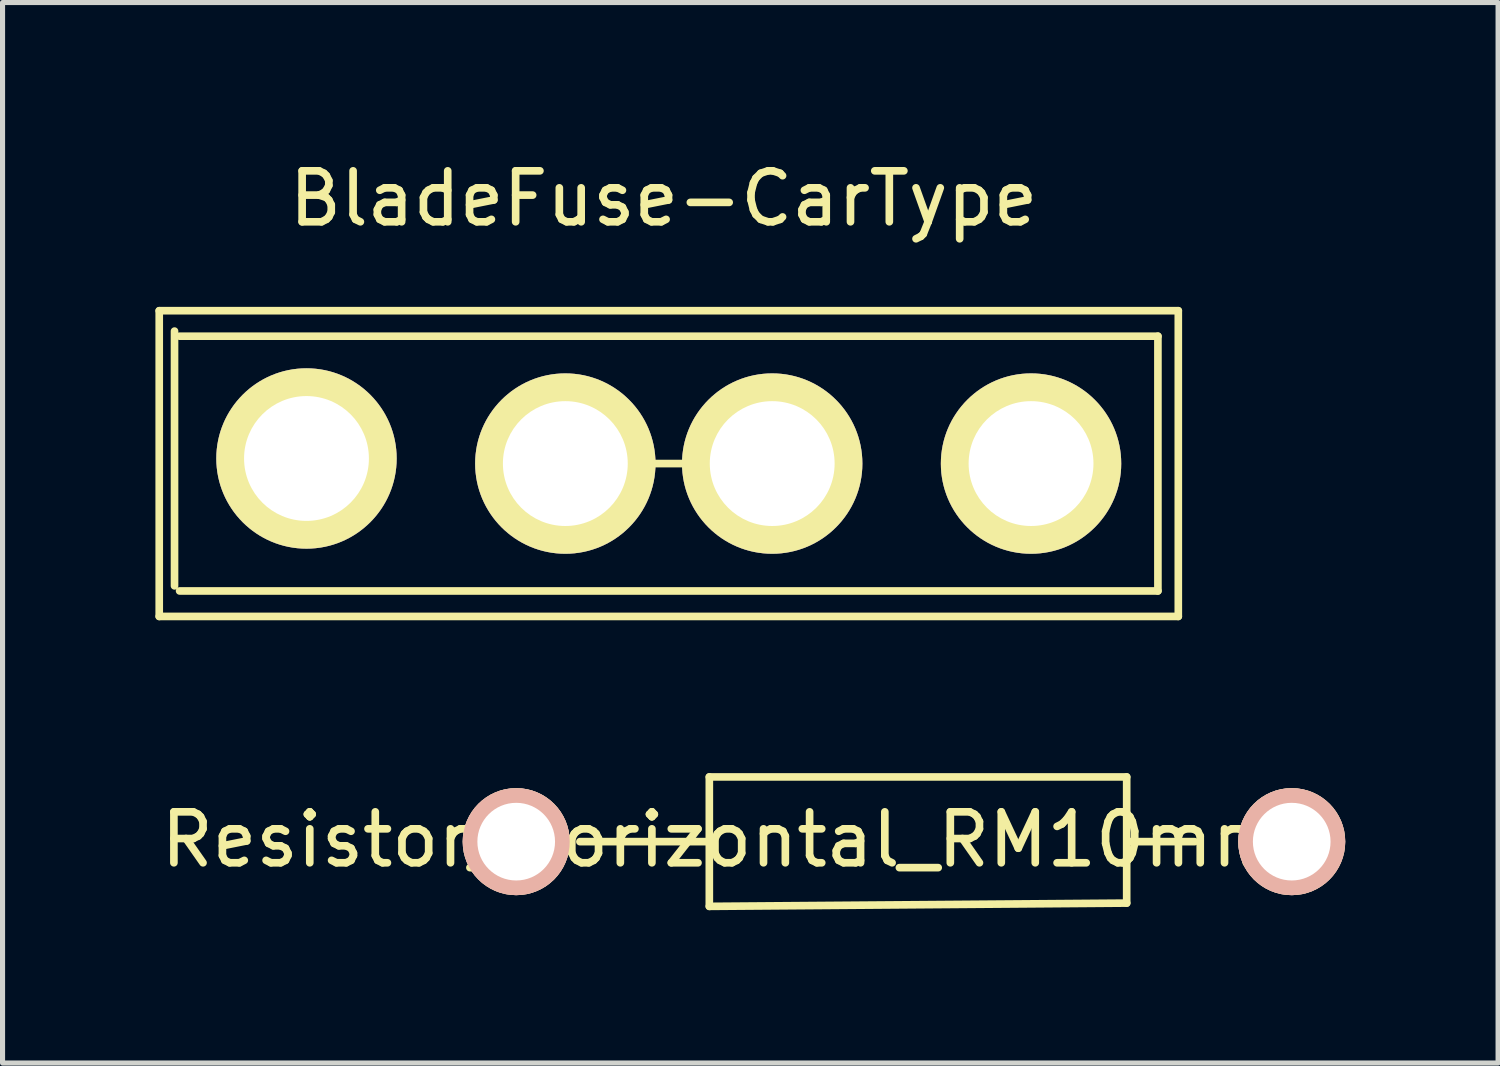
<source format=kicad_pcb>
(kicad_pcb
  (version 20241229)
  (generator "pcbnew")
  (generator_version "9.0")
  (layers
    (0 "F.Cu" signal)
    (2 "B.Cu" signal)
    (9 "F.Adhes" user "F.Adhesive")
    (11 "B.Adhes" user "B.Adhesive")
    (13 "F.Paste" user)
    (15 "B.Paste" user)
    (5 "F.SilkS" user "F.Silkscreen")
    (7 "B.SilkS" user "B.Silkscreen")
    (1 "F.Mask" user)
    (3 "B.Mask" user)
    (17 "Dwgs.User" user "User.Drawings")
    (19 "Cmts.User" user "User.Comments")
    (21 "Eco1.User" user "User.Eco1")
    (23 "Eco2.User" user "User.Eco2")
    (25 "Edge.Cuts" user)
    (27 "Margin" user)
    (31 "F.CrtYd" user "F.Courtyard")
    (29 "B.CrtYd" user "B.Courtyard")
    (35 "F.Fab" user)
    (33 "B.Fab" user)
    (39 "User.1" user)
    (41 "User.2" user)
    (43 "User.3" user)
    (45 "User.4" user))
  (footprint "Resistor_Horizontal_RM10mm"
    (layer "F.Cu")
    (at 1.981 13.468)
    (property "Reference" "Resistor_Horizontal_RM10mm" (at 9.12 -0.04 0) (layer "F.SilkS") (effects (font (size 1 1) (thickness 0.15))))
    (attr through_hole)
    (fp_line (start 8.89 -1.27) (end 17.081 -1.27) (stroke (width 0.15) (type solid)) (layer "F.SilkS"))
    (fp_line (start 8.89 0) (end 6.35 0) (stroke (width 0.15) (type solid)) (layer "F.SilkS"))
    (fp_line (start 8.89 1.27) (end 8.89 -1.27) (stroke (width 0.15) (type solid)) (layer "F.SilkS"))
    (fp_line (start 17.081 -1.27) (end 17.081 1.206) (stroke (width 0.15) (type solid)) (layer "F.SilkS"))
    (fp_line (start 17.081 1.206) (end 8.89 1.27) (stroke (width 0.15) (type solid)) (layer "F.SilkS"))
    (fp_line (start 17.145 0) (end 18.415 0) (stroke (width 0.15) (type solid)) (layer "F.SilkS"))
    (pad "1" thru_hole circle (at 5.1 0) (size 2.1 2.1) (drill 1.524) (layers "*.Cu" "*.SilkS" "*.Mask"))
    (pad "2" thru_hole circle (at 20.32 0) (size 2.1 2.1) (drill 1.524) (layers "*.Cu" "*.SilkS" "*.Mask")))
  (footprint "BladeFuse-CarType"
    (layer "F.Cu")
    (at 10.075 6.048)
    (property "Reference" "BladeFuse-CarType" (at -0.1 -5.2 0) (layer "F.SilkS") (effects (font (size 1 1) (thickness 0.15))))
    (attr through_hole)
    (fp_line (start -10 -3) (end 10 -3) (stroke (width 0.15) (type solid)) (layer "F.SilkS"))
    (fp_line (start -10 3) (end -10 -3) (stroke (width 0.15) (type solid)) (layer "F.SilkS"))
    (fp_line (start -9.7 2.4) (end -9.7 -2.6) (stroke (width 0.15) (type solid)) (layer "F.SilkS"))
    (fp_line (start -9.6 -2.5) (end 9.6 -2.5) (stroke (width 0.15) (type solid)) (layer "F.SilkS"))
    (fp_line (start 0.3 0) (end -0.3 0) (stroke (width 0.15) (type solid)) (layer "F.SilkS"))
    (fp_line (start 9.6 -2.5) (end 9.6 2.5) (stroke (width 0.15) (type solid)) (layer "F.SilkS"))
    (fp_line (start 9.6 2.5) (end -9.6 2.5) (stroke (width 0.15) (type solid)) (layer "F.SilkS"))
    (fp_line (start 10 -3) (end 10 3) (stroke (width 0.15) (type solid)) (layer "F.SilkS"))
    (fp_line (start 10 3) (end -10 3) (stroke (width 0.15) (type solid)) (layer "F.SilkS"))
    (pad "1" thru_hole circle (at -7.11 -0.1) (size 3.54 3.54) (drill 2.45) (layers "*.Cu" "*.Mask" "F.SilkS"))
    (pad "1" thru_hole circle (at -2.03 0) (size 3.54 3.54) (drill 2.45) (layers "*.Cu" "*.Mask" "F.SilkS"))
    (pad "2" thru_hole circle (at 2.03 0) (size 3.54 3.54) (drill 2.45) (layers "*.Cu" "*.Mask" "F.SilkS"))
    (pad "2" thru_hole circle (at 7.11 0) (size 3.54 3.54) (drill 2.45) (layers "*.Cu" "*.Mask" "F.SilkS")))
  (gr_rect
    (start -3 -3)
    (end 26.351 17.813)
    (stroke (width 0.1) (type default))
    (fill no)
    (layer "Edge.Cuts")))
</source>
